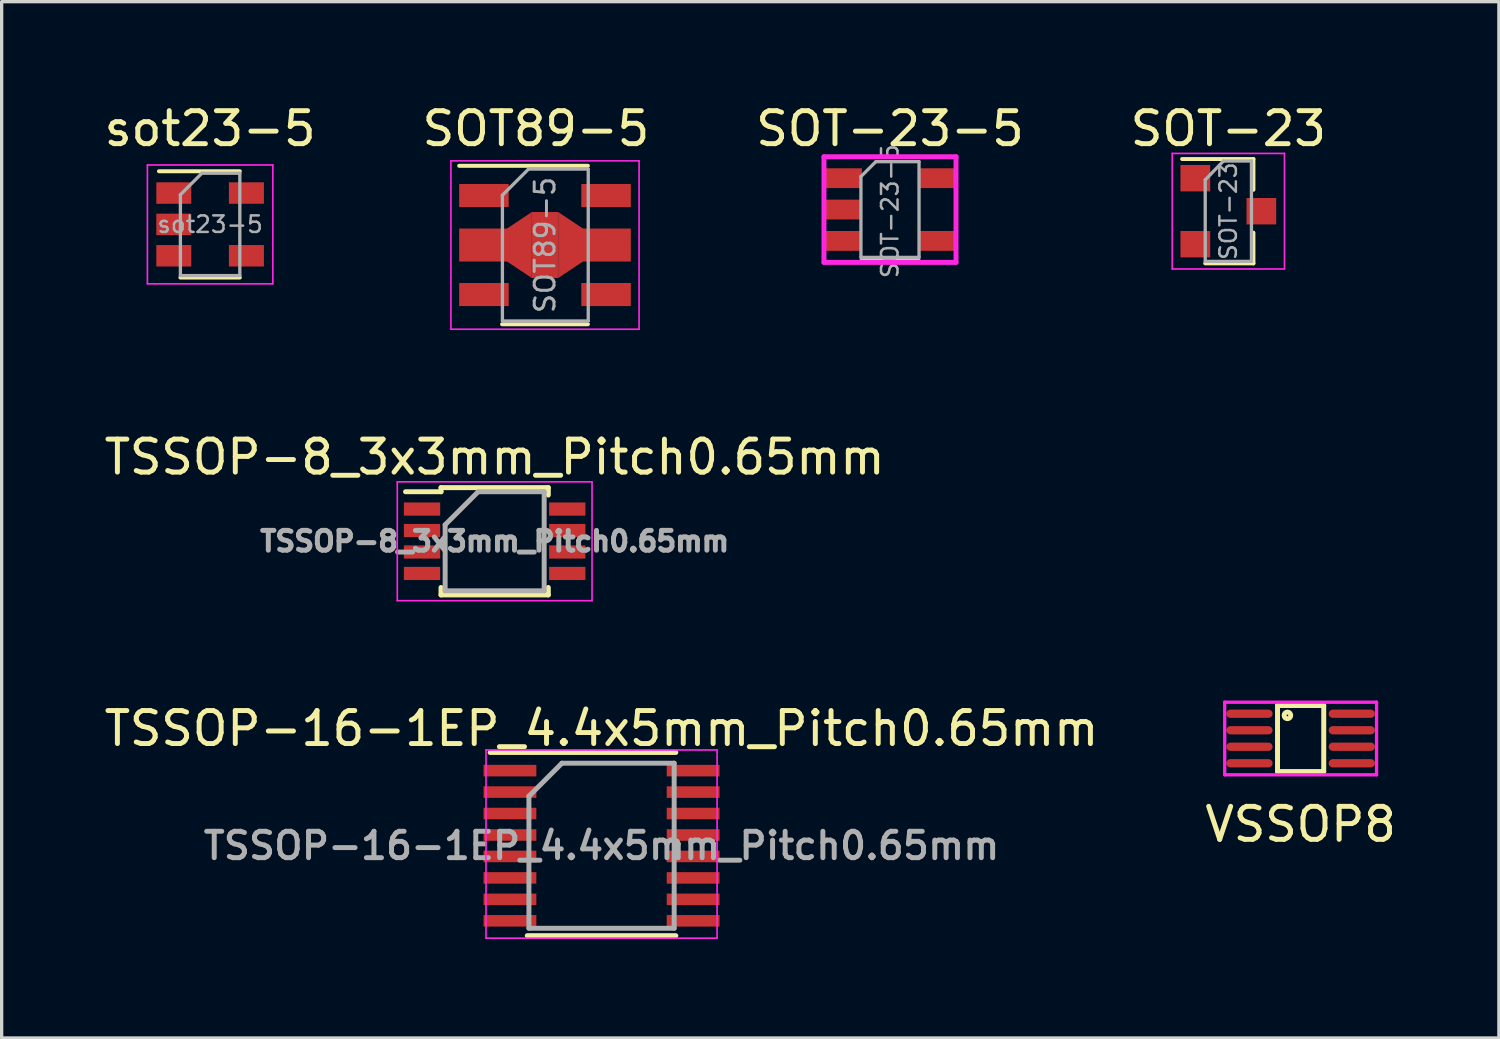
<source format=kicad_pcb>
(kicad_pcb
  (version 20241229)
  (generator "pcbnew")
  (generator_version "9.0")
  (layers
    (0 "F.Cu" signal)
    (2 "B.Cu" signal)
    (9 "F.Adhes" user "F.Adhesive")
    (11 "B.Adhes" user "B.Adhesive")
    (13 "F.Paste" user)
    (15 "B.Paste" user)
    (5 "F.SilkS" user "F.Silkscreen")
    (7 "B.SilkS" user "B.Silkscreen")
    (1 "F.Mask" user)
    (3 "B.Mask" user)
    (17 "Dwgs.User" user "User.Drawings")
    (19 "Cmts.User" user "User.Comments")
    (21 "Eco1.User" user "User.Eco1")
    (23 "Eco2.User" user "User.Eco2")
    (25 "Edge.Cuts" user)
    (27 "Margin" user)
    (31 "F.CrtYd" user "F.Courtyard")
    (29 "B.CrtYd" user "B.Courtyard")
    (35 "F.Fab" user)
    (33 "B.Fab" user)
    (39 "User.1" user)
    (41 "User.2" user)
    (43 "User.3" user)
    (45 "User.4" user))
  (footprint "sot23-5"
    (layer "F.Cu")
    (at 3.315 3.748)
    (property "Reference" "sot23-5" (at 0 -2.9 0) (layer "F.SilkS") (effects (font (size 1 1) (thickness 0.15))))
    (attr smd)
    (fp_line (start -0.9 1.61) (end 0.9 1.61) (stroke (width 0.12) (type solid)) (layer "F.SilkS"))
    (fp_line (start 0.9 -1.61) (end -1.55 -1.61) (stroke (width 0.12) (type solid)) (layer "F.SilkS"))
    (fp_line (start -1.9 -1.8) (end 1.9 -1.8) (stroke (width 0.05) (type solid)) (layer "F.CrtYd"))
    (fp_line (start -1.9 1.8) (end -1.9 -1.8) (stroke (width 0.05) (type solid)) (layer "F.CrtYd"))
    (fp_line (start 1.9 -1.8) (end 1.9 1.8) (stroke (width 0.05) (type solid)) (layer "F.CrtYd"))
    (fp_line (start 1.9 1.8) (end -1.9 1.8) (stroke (width 0.05) (type solid)) (layer "F.CrtYd"))
    (fp_line (start -0.9 -0.9) (end -0.9 1.55) (stroke (width 0.1) (type solid)) (layer "F.Fab"))
    (fp_line (start -0.9 -0.9) (end -0.25 -1.55) (stroke (width 0.1) (type solid)) (layer "F.Fab"))
    (fp_line (start 0.9 -1.55) (end -0.25 -1.55) (stroke (width 0.1) (type solid)) (layer "F.Fab"))
    (fp_line (start 0.9 -1.55) (end 0.9 1.55) (stroke (width 0.1) (type solid)) (layer "F.Fab"))
    (fp_line (start 0.9 1.55) (end -0.9 1.55) (stroke (width 0.1) (type solid)) (layer "F.Fab"))
    (fp_text user "${REFERENCE}" (at 0 0 0) (layer "F.Fab") (effects (font (size 0.5 0.5) (thickness 0.075))))
    (pad "1" smd rect (at -1.1 -0.95) (size 1.06 0.65) (layers "F.Cu" "F.Mask" "F.Paste"))
    (pad "2" smd rect (at -1.1 0) (size 1.06 0.65) (layers "F.Cu" "F.Mask" "F.Paste"))
    (pad "3" smd rect (at -1.1 0.95) (size 1.06 0.65) (layers "F.Cu" "F.Mask" "F.Paste"))
    (pad "4" smd rect (at 1.1 0.95) (size 1.06 0.65) (layers "F.Cu" "F.Mask" "F.Paste"))
    (pad "5" smd rect (at 1.1 -0.95) (size 1.06 0.65) (layers "F.Cu" "F.Mask" "F.Paste")))
  (footprint "SOT89-5"
    (layer "F.Cu")
    (at 13.46 4.373)
    (property "Reference" "SOT89-5" (at -0.275 -3.525 0) (layer "F.SilkS") (effects (font (size 1 1) (thickness 0.15))))
    (attr smd)
    (fp_line (start -2.6 -2.4) (end 1.3 -2.4) (stroke (width 0.12) (type solid)) (layer "F.SilkS"))
    (fp_line (start 1.3 2.4) (end -1.3 2.4) (stroke (width 0.12) (type solid)) (layer "F.SilkS"))
    (fp_line (start -2.85 2.55) (end -2.85 -2.55) (stroke (width 0.05) (type solid)) (layer "F.CrtYd"))
    (fp_line (start -2.85 2.55) (end 2.85 2.55) (stroke (width 0.05) (type solid)) (layer "F.CrtYd"))
    (fp_line (start 2.85 -2.55) (end -2.85 -2.55) (stroke (width 0.05) (type solid)) (layer "F.CrtYd"))
    (fp_line (start 2.85 -2.55) (end 2.85 2.55) (stroke (width 0.05) (type solid)) (layer "F.CrtYd"))
    (fp_line (start -1.29 -1.51) (end -0.5 -2.3) (stroke (width 0.1) (type solid)) (layer "F.Fab"))
    (fp_line (start -1.29 2.3) (end -1.29 -1.51) (stroke (width 0.1) (type solid)) (layer "F.Fab"))
    (fp_line (start -0.5 -2.3) (end 1.31 -2.3) (stroke (width 0.1) (type solid)) (layer "F.Fab"))
    (fp_line (start 1.31 -2.3) (end 1.31 2.3) (stroke (width 0.1) (type solid)) (layer "F.Fab"))
    (fp_line (start 1.31 2.3) (end -1.29 2.3) (stroke (width 0.1) (type solid)) (layer "F.Fab"))
    (fp_text user "${REFERENCE}" (at 0 0 90) (layer "F.Fab") (effects (font (size 0.6 0.6) (thickness 0.09))))
    (pad "1" smd rect (at -1.85 -1.5 270) (size 0.7 1.5) (layers "F.Cu" "F.Mask" "F.Paste"))
    (pad "2" smd rect (at -1.85 0 270) (size 1 1.5) (layers "F.Cu" "F.Mask" "F.Paste"))
    (pad "2" smd trapezoid (at -0.775 0 90) (size 1.5 0.75) (rect_delta 0 0.5) (layers "F.Cu" "F.Mask" "F.Paste"))
    (pad "2" smd rect (at 0 0 270) (size 2 0.8) (layers "F.Cu" "F.Mask" "F.Paste"))
    (pad "2" smd trapezoid (at 0.775 0 270) (size 1.5 0.75) (rect_delta 0 0.5) (layers "F.Cu" "F.Mask" "F.Paste"))
    (pad "2" smd rect (at 1.85 0 270) (size 1 1.5) (layers "F.Cu" "F.Mask" "F.Paste"))
    (pad "3" smd rect (at -1.85 1.5 270) (size 0.7 1.5) (layers "F.Cu" "F.Mask" "F.Paste"))
    (pad "4" smd rect (at 1.85 1.5 270) (size 0.7 1.5) (layers "F.Cu" "F.Mask" "F.Paste"))
    (pad "5" smd rect (at 1.85 -1.5 270) (size 0.7 1.5) (layers "F.Cu" "F.Mask" "F.Paste")))
  (footprint "SOT-23-5"
    (layer "F.Cu")
    (at 23.911 3.298)
    (property "Reference" "SOT-23-5" (at 0 -2.45 0) (layer "F.SilkS") (effects (font (size 1 1) (thickness 0.15))))
    (attr smd)
    (fp_line (start -0.88 1.56) (end 0.88 1.56) (stroke (width 0.12) (type solid)) (layer "F.SilkS"))
    (fp_line (start -2 -1.6) (end 2 -1.6) (stroke (width 0.15) (type solid)) (layer "F.CrtYd"))
    (fp_line (start -2 1.6) (end -2 -1.6) (stroke (width 0.15) (type solid)) (layer "F.CrtYd"))
    (fp_line (start 2 -1.6) (end 2 1.6) (stroke (width 0.15) (type solid)) (layer "F.CrtYd"))
    (fp_line (start 2 1.6) (end -2 1.6) (stroke (width 0.15) (type solid)) (layer "F.CrtYd"))
    (fp_line (start -0.88 -1) (end -0.88 1.45) (stroke (width 0.1) (type solid)) (layer "F.Fab"))
    (fp_line (start -0.88 -1) (end -0.43 -1.45) (stroke (width 0.1) (type solid)) (layer "F.Fab"))
    (fp_line (start 0.88 -1.45) (end -0.43 -1.45) (stroke (width 0.1) (type solid)) (layer "F.Fab"))
    (fp_line (start 0.88 -1.45) (end 0.88 1.45) (stroke (width 0.1) (type solid)) (layer "F.Fab"))
    (fp_line (start 0.88 1.45) (end -0.88 1.45) (stroke (width 0.1) (type solid)) (layer "F.Fab"))
    (fp_text user "${REFERENCE}" (at 0 0.05 90) (layer "F.Fab") (effects (font (size 0.5 0.5) (thickness 0.075))))
    (pad "1" smd rect (at -1.4 -0.95) (size 1.1 0.6) (layers "F.Cu" "F.Mask" "F.Paste"))
    (pad "2" smd rect (at -1.4 0) (size 1.1 0.6) (layers "F.Cu" "F.Mask" "F.Paste"))
    (pad "3" smd rect (at -1.4 0.95) (size 1.1 0.6) (layers "F.Cu" "F.Mask" "F.Paste"))
    (pad "4" smd rect (at 1.4 0.95) (size 1.1 0.6) (layers "F.Cu" "F.Mask" "F.Paste"))
    (pad "5" smd rect (at 1.4 -0.95) (size 1.1 0.6) (layers "F.Cu" "F.Mask" "F.Paste")))
  (footprint "SOT-23"
    (layer "F.Cu")
    (at 34.161 3.348)
    (property "Reference" "SOT-23" (at 0 -2.5 0) (layer "F.SilkS") (effects (font (size 1 1) (thickness 0.15))))
    (attr smd)
    (fp_line (start 0.76 -1.58) (end -1.4 -1.58) (stroke (width 0.12) (type solid)) (layer "F.SilkS"))
    (fp_line (start 0.76 -1.58) (end 0.76 -0.65) (stroke (width 0.12) (type solid)) (layer "F.SilkS"))
    (fp_line (start 0.76 1.58) (end -0.7 1.58) (stroke (width 0.12) (type solid)) (layer "F.SilkS"))
    (fp_line (start 0.76 1.58) (end 0.76 0.65) (stroke (width 0.12) (type solid)) (layer "F.SilkS"))
    (fp_line (start -1.7 -1.75) (end 1.7 -1.75) (stroke (width 0.05) (type solid)) (layer "F.CrtYd"))
    (fp_line (start -1.7 1.75) (end -1.7 -1.75) (stroke (width 0.05) (type solid)) (layer "F.CrtYd"))
    (fp_line (start 1.7 -1.75) (end 1.7 1.75) (stroke (width 0.05) (type solid)) (layer "F.CrtYd"))
    (fp_line (start 1.7 1.75) (end -1.7 1.75) (stroke (width 0.05) (type solid)) (layer "F.CrtYd"))
    (fp_line (start -0.7 -0.95) (end -0.7 1.5) (stroke (width 0.1) (type solid)) (layer "F.Fab"))
    (fp_line (start -0.7 -0.95) (end -0.15 -1.52) (stroke (width 0.1) (type solid)) (layer "F.Fab"))
    (fp_line (start -0.7 1.52) (end 0.7 1.52) (stroke (width 0.1) (type solid)) (layer "F.Fab"))
    (fp_line (start -0.15 -1.52) (end 0.7 -1.52) (stroke (width 0.1) (type solid)) (layer "F.Fab"))
    (fp_line (start 0.7 -1.52) (end 0.7 1.52) (stroke (width 0.1) (type solid)) (layer "F.Fab"))
    (fp_text user "${REFERENCE}" (at 0 0 90) (layer "F.Fab") (effects (font (size 0.5 0.5) (thickness 0.075))))
    (pad "1" smd rect (at -1 -1) (size 0.9 0.8) (layers "F.Cu" "F.Mask" "F.Paste"))
    (pad "2" smd rect (at -1 1) (size 0.9 0.8) (layers "F.Cu" "F.Mask" "F.Paste"))
    (pad "3" smd rect (at 1 0) (size 0.9 0.8) (layers "F.Cu" "F.Mask" "F.Paste")))
  (footprint "TSSOP-16-1EP_4.4x5mm_Pitch0.65mm"
    (layer "F.Cu")
    (at 15.173 22.57)
    (property "Reference" "TSSOP-16-1EP_4.4x5mm_Pitch0.65mm" (at 0 -3.55 0) (layer "F.SilkS") (effects (font (size 1 1) (thickness 0.15))))
    (attr smd)
    (fp_line (start -3.375 -2.825) (end 2.25 -2.825) (stroke (width 0.15) (type solid)) (layer "F.SilkS"))
    (fp_line (start -2.25 2.725) (end 2.25 2.725) (stroke (width 0.15) (type solid)) (layer "F.SilkS"))
    (fp_line (start -3.5 -2.9) (end -3.5 2.8) (stroke (width 0.05) (type solid)) (layer "F.CrtYd"))
    (fp_line (start -3.5 -2.9) (end 3.5 -2.9) (stroke (width 0.05) (type solid)) (layer "F.CrtYd"))
    (fp_line (start -3.5 2.8) (end 3.5 2.8) (stroke (width 0.05) (type solid)) (layer "F.CrtYd"))
    (fp_line (start 3.5 -2.9) (end 3.5 2.8) (stroke (width 0.05) (type solid)) (layer "F.CrtYd"))
    (fp_line (start -2.2 -1.5) (end -1.2 -2.5) (stroke (width 0.15) (type solid)) (layer "F.Fab"))
    (fp_line (start -2.2 2.5) (end -2.2 -1.5) (stroke (width 0.15) (type solid)) (layer "F.Fab"))
    (fp_line (start -1.2 -2.5) (end 2.2 -2.5) (stroke (width 0.15) (type solid)) (layer "F.Fab"))
    (fp_line (start 2.2 -2.5) (end 2.2 2.5) (stroke (width 0.15) (type solid)) (layer "F.Fab"))
    (fp_line (start 2.2 2.5) (end -2.2 2.5) (stroke (width 0.15) (type solid)) (layer "F.Fab"))
    (fp_text user "${REFERENCE}" (at 0 0 0) (layer "F.Fab") (effects (font (size 0.8 0.8) (thickness 0.15))))
    (pad "1" smd rect (at -2.775 -2.275) (size 1.6 0.35) (layers "F.Cu" "F.Mask" "F.Paste"))
    (pad "2" smd rect (at -2.775 -1.625) (size 1.6 0.35) (layers "F.Cu" "F.Mask" "F.Paste"))
    (pad "3" smd rect (at -2.775 -0.975) (size 1.6 0.35) (layers "F.Cu" "F.Mask" "F.Paste"))
    (pad "4" smd rect (at -2.775 -0.325) (size 1.6 0.35) (layers "F.Cu" "F.Mask" "F.Paste"))
    (pad "5" smd rect (at -2.775 0.325) (size 1.6 0.35) (layers "F.Cu" "F.Mask" "F.Paste"))
    (pad "6" smd rect (at -2.775 0.975) (size 1.6 0.35) (layers "F.Cu" "F.Mask" "F.Paste"))
    (pad "7" smd rect (at -2.775 1.625) (size 1.6 0.35) (layers "F.Cu" "F.Mask" "F.Paste"))
    (pad "8" smd rect (at -2.775 2.275) (size 1.6 0.35) (layers "F.Cu" "F.Mask" "F.Paste"))
    (pad "9" smd rect (at 2.775 2.275) (size 1.6 0.35) (layers "F.Cu" "F.Mask" "F.Paste"))
    (pad "10" smd rect (at 2.775 1.625) (size 1.6 0.35) (layers "F.Cu" "F.Mask" "F.Paste"))
    (pad "11" smd rect (at 2.775 0.975) (size 1.6 0.35) (layers "F.Cu" "F.Mask" "F.Paste"))
    (pad "12" smd rect (at 2.775 0.325) (size 1.6 0.35) (layers "F.Cu" "F.Mask" "F.Paste"))
    (pad "13" smd rect (at 2.775 -0.325) (size 1.6 0.35) (layers "F.Cu" "F.Mask" "F.Paste"))
    (pad "14" smd rect (at 2.775 -0.975) (size 1.6 0.35) (layers "F.Cu" "F.Mask" "F.Paste"))
    (pad "15" smd rect (at 2.775 -1.625) (size 1.6 0.35) (layers "F.Cu" "F.Mask" "F.Paste"))
    (pad "16" smd rect (at 2.775 -2.275) (size 1.6 0.35) (layers "F.Cu" "F.Mask" "F.Paste")))
  (footprint "TSSOP-8_3x3mm_Pitch0.65mm"
    (layer "F.Cu")
    (at 11.935 13.347)
    (property "Reference" "TSSOP-8_3x3mm_Pitch0.65mm" (at 0 -2.55 0) (layer "F.SilkS") (effects (font (size 1 1) (thickness 0.15))))
    (attr smd)
    (fp_line (start -1.625 -1.625) (end -1.625 -1.5) (stroke (width 0.15) (type solid)) (layer "F.SilkS"))
    (fp_line (start -1.625 -1.625) (end 1.625 -1.625) (stroke (width 0.15) (type solid)) (layer "F.SilkS"))
    (fp_line (start -1.625 -1.5) (end -2.7 -1.5) (stroke (width 0.15) (type solid)) (layer "F.SilkS"))
    (fp_line (start -1.625 1.625) (end -1.625 1.4) (stroke (width 0.15) (type solid)) (layer "F.SilkS"))
    (fp_line (start -1.625 1.625) (end 1.625 1.625) (stroke (width 0.15) (type solid)) (layer "F.SilkS"))
    (fp_line (start 1.625 -1.625) (end 1.625 -1.4) (stroke (width 0.15) (type solid)) (layer "F.SilkS"))
    (fp_line (start 1.625 1.625) (end 1.625 1.4) (stroke (width 0.15) (type solid)) (layer "F.SilkS"))
    (fp_line (start -2.95 -1.8) (end -2.95 1.8) (stroke (width 0.05) (type solid)) (layer "F.CrtYd"))
    (fp_line (start -2.95 -1.8) (end 2.95 -1.8) (stroke (width 0.05) (type solid)) (layer "F.CrtYd"))
    (fp_line (start -2.95 1.8) (end 2.95 1.8) (stroke (width 0.05) (type solid)) (layer "F.CrtYd"))
    (fp_line (start 2.95 -1.8) (end 2.95 1.8) (stroke (width 0.05) (type solid)) (layer "F.CrtYd"))
    (fp_line (start -1.5 -0.5) (end -0.5 -1.5) (stroke (width 0.15) (type solid)) (layer "F.Fab"))
    (fp_line (start -1.5 1.5) (end -1.5 -0.5) (stroke (width 0.15) (type solid)) (layer "F.Fab"))
    (fp_line (start -0.5 -1.5) (end 1.5 -1.5) (stroke (width 0.15) (type solid)) (layer "F.Fab"))
    (fp_line (start 1.5 -1.5) (end 1.5 1.5) (stroke (width 0.15) (type solid)) (layer "F.Fab"))
    (fp_line (start 1.5 1.5) (end -1.5 1.5) (stroke (width 0.15) (type solid)) (layer "F.Fab"))
    (fp_text user "${REFERENCE}" (at 0 0 0) (layer "F.Fab") (effects (font (size 0.6 0.6) (thickness 0.15))))
    (pad "1" smd rect (at -2.2 -0.975) (size 1.1 0.4) (layers "F.Cu" "F.Mask" "F.Paste"))
    (pad "2" smd rect (at -2.2 -0.325) (size 1.1 0.4) (layers "F.Cu" "F.Mask" "F.Paste"))
    (pad "3" smd rect (at -2.2 0.325) (size 1.1 0.4) (layers "F.Cu" "F.Mask" "F.Paste"))
    (pad "4" smd rect (at -2.2 0.975) (size 1.1 0.4) (layers "F.Cu" "F.Mask" "F.Paste"))
    (pad "5" smd rect (at 2.2 0.975) (size 1.1 0.4) (layers "F.Cu" "F.Mask" "F.Paste"))
    (pad "6" smd rect (at 2.2 0.325) (size 1.1 0.4) (layers "F.Cu" "F.Mask" "F.Paste"))
    (pad "7" smd rect (at 2.2 -0.325) (size 1.1 0.4) (layers "F.Cu" "F.Mask" "F.Paste"))
    (pad "8" smd rect (at 2.2 -0.975) (size 1.1 0.4) (layers "F.Cu" "F.Mask" "F.Paste")))
  (footprint "VSSOP8"
    (layer "F.Cu")
    (at 36.351 19.322)
    (property "Reference" "VSSOP8" (at 0 2.6 0) (layer "F.SilkS") (effects (font (size 1 1) (thickness 0.15))))
    (attr through_hole)
    (fp_line (start -0.7 -1) (end 0.7 -1) (stroke (width 0.15) (type solid)) (layer "F.SilkS"))
    (fp_line (start -0.7 1) (end -0.7 -1) (stroke (width 0.15) (type solid)) (layer "F.SilkS"))
    (fp_line (start 0.7 -1) (end 0.7 1) (stroke (width 0.15) (type solid)) (layer "F.SilkS"))
    (fp_line (start 0.7 1) (end -0.7 1) (stroke (width 0.15) (type solid)) (layer "F.SilkS"))
    (fp_circle (center -0.4 -0.7) (end -0.4 -0.6) (stroke (width 0.15) (type solid)) (fill no) (layer "F.SilkS"))
    (fp_line (start -2.3 -1.1) (end 2.3 -1.1) (stroke (width 0.1) (type solid)) (layer "F.CrtYd"))
    (fp_line (start -2.3 1.1) (end -2.3 -1.1) (stroke (width 0.1) (type solid)) (layer "F.CrtYd"))
    (fp_line (start 2.3 -1.1) (end 2.3 1.1) (stroke (width 0.1) (type solid)) (layer "F.CrtYd"))
    (fp_line (start 2.3 1.1) (end -2.3 1.1) (stroke (width 0.1) (type solid)) (layer "F.CrtYd"))
    (pad "1" smd oval (at -1.55 -0.75) (size 1.4 0.25) (layers "F.Cu" "F.Mask" "F.Paste"))
    (pad "2" smd oval (at -1.55 -0.25) (size 1.4 0.25) (layers "F.Cu" "F.Mask" "F.Paste"))
    (pad "3" smd oval (at -1.55 0.25) (size 1.4 0.25) (layers "F.Cu" "F.Mask" "F.Paste"))
    (pad "4" smd oval (at -1.55 0.75) (size 1.4 0.25) (layers "F.Cu" "F.Mask" "F.Paste"))
    (pad "5" smd oval (at 1.55 0.75) (size 1.4 0.25) (layers "F.Cu" "F.Mask" "F.Paste"))
    (pad "6" smd oval (at 1.55 0.25) (size 1.4 0.25) (layers "F.Cu" "F.Mask" "F.Paste"))
    (pad "7" smd oval (at 1.55 -0.25) (size 1.4 0.25) (layers "F.Cu" "F.Mask" "F.Paste"))
    (pad "8" smd oval (at 1.55 -0.75) (size 1.4 0.25) (layers "F.Cu" "F.Mask" "F.Paste")))
  (gr_rect
    (start -3 -3)
    (end 42.357 28.395)
    (stroke (width 0.1) (type default))
    (fill no)
    (layer "Edge.Cuts")))
</source>
